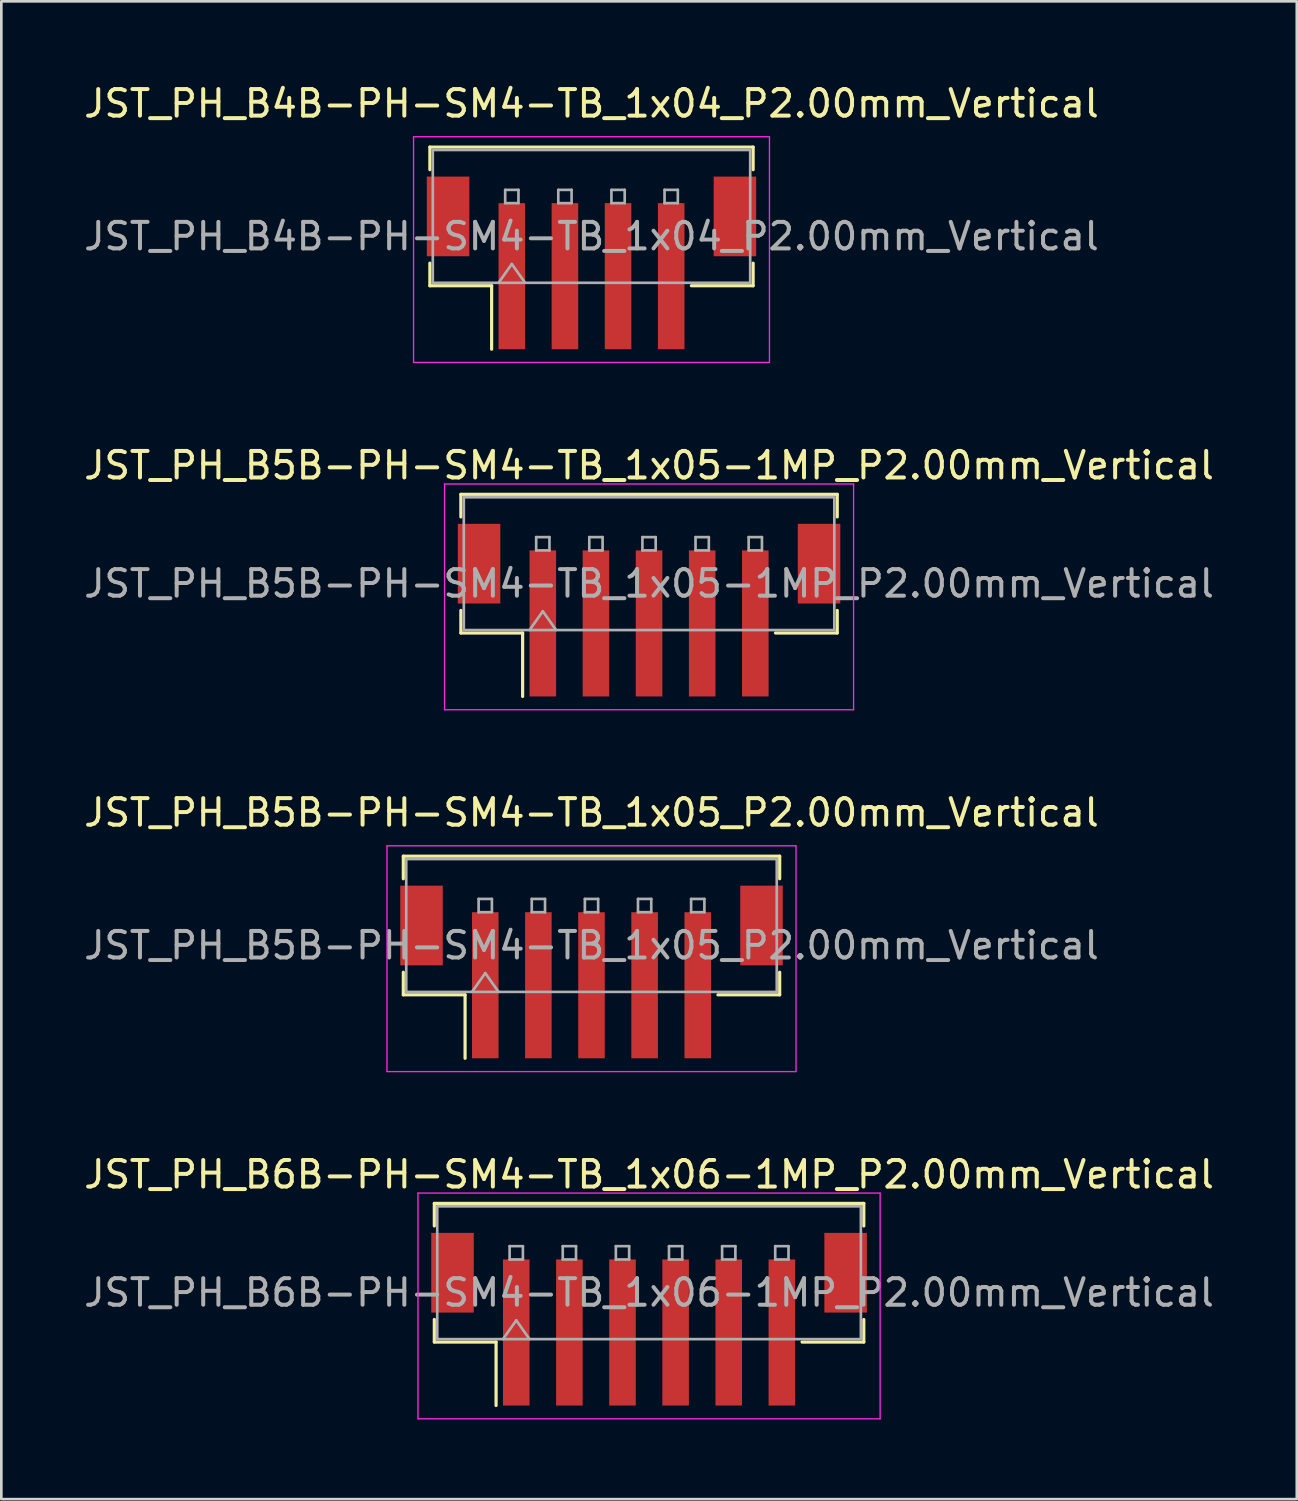
<source format=kicad_pcb>
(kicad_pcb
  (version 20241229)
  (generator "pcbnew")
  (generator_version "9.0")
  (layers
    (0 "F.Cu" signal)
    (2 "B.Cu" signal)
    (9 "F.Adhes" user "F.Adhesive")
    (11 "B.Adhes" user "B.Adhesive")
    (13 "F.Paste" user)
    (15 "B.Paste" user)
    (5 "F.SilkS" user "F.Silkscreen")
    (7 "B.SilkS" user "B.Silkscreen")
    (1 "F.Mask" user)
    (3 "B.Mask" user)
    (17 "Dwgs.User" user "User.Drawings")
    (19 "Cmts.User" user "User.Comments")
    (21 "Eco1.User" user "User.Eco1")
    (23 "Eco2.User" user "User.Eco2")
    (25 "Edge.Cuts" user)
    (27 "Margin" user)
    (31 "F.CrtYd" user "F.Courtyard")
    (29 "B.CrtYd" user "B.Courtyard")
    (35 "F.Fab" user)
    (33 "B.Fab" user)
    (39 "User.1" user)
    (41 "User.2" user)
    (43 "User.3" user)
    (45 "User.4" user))
  (footprint "JST_PH_B4B-PH-SM4-TB_1x04_P2.00mm_Vertical"
    (layer "F.Cu")
    (at 19.22 6.848)
    (property "Reference" "JST_PH_B4B-PH-SM4-TB_1x04_P2.00mm_Vertical" (at 0 -6 0) (layer "F.SilkS") (effects (font (size 1 1) (thickness 0.15))))
    (attr smd)
    (fp_line (start -6.085 -4.36) (end 6.085 -4.36) (stroke (width 0.12) (type solid)) (layer "F.SilkS"))
    (fp_line (start -6.085 -3.51) (end -6.085 -4.36) (stroke (width 0.12) (type solid)) (layer "F.SilkS"))
    (fp_line (start -6.085 0.01) (end -6.085 0.86) (stroke (width 0.12) (type solid)) (layer "F.SilkS"))
    (fp_line (start -6.085 0.86) (end -3.76 0.86) (stroke (width 0.12) (type solid)) (layer "F.SilkS"))
    (fp_line (start -3.76 0.86) (end -3.76 3.25) (stroke (width 0.12) (type solid)) (layer "F.SilkS"))
    (fp_line (start 6.085 -4.36) (end 6.085 -3.51) (stroke (width 0.12) (type solid)) (layer "F.SilkS"))
    (fp_line (start 6.085 0.01) (end 6.085 0.86) (stroke (width 0.12) (type solid)) (layer "F.SilkS"))
    (fp_line (start 6.085 0.86) (end 3.76 0.86) (stroke (width 0.12) (type solid)) (layer "F.SilkS"))
    (fp_line (start -6.7 -4.75) (end -6.7 3.75) (stroke (width 0.05) (type solid)) (layer "F.CrtYd"))
    (fp_line (start -6.7 3.75) (end 6.7 3.75) (stroke (width 0.05) (type solid)) (layer "F.CrtYd"))
    (fp_line (start 6.7 -4.75) (end -6.7 -4.75) (stroke (width 0.05) (type solid)) (layer "F.CrtYd"))
    (fp_line (start 6.7 3.75) (end 6.7 -4.75) (stroke (width 0.05) (type solid)) (layer "F.CrtYd"))
    (fp_line (start -5.975 -4.25) (end 5.975 -4.25) (stroke (width 0.1) (type solid)) (layer "F.Fab"))
    (fp_line (start -5.975 0.75) (end -5.975 -4.25) (stroke (width 0.1) (type solid)) (layer "F.Fab"))
    (fp_line (start -5.975 0.75) (end 5.975 0.75) (stroke (width 0.1) (type solid)) (layer "F.Fab"))
    (fp_line (start -3.5 0.75) (end -3 0.043) (stroke (width 0.1) (type solid)) (layer "F.Fab"))
    (fp_line (start -3.25 -2.75) (end -3.25 -2.25) (stroke (width 0.1) (type solid)) (layer "F.Fab"))
    (fp_line (start -3.25 -2.25) (end -2.75 -2.25) (stroke (width 0.1) (type solid)) (layer "F.Fab"))
    (fp_line (start -3 0.043) (end -2.5 0.75) (stroke (width 0.1) (type solid)) (layer "F.Fab"))
    (fp_line (start -2.75 -2.75) (end -3.25 -2.75) (stroke (width 0.1) (type solid)) (layer "F.Fab"))
    (fp_line (start -2.75 -2.25) (end -2.75 -2.75) (stroke (width 0.1) (type solid)) (layer "F.Fab"))
    (fp_line (start -1.25 -2.75) (end -1.25 -2.25) (stroke (width 0.1) (type solid)) (layer "F.Fab"))
    (fp_line (start -1.25 -2.25) (end -0.75 -2.25) (stroke (width 0.1) (type solid)) (layer "F.Fab"))
    (fp_line (start -0.75 -2.75) (end -1.25 -2.75) (stroke (width 0.1) (type solid)) (layer "F.Fab"))
    (fp_line (start -0.75 -2.25) (end -0.75 -2.75) (stroke (width 0.1) (type solid)) (layer "F.Fab"))
    (fp_line (start 0.75 -2.75) (end 0.75 -2.25) (stroke (width 0.1) (type solid)) (layer "F.Fab"))
    (fp_line (start 0.75 -2.25) (end 1.25 -2.25) (stroke (width 0.1) (type solid)) (layer "F.Fab"))
    (fp_line (start 1.25 -2.75) (end 0.75 -2.75) (stroke (width 0.1) (type solid)) (layer "F.Fab"))
    (fp_line (start 1.25 -2.25) (end 1.25 -2.75) (stroke (width 0.1) (type solid)) (layer "F.Fab"))
    (fp_line (start 2.75 -2.75) (end 2.75 -2.25) (stroke (width 0.1) (type solid)) (layer "F.Fab"))
    (fp_line (start 2.75 -2.25) (end 3.25 -2.25) (stroke (width 0.1) (type solid)) (layer "F.Fab"))
    (fp_line (start 3.25 -2.75) (end 2.75 -2.75) (stroke (width 0.1) (type solid)) (layer "F.Fab"))
    (fp_line (start 3.25 -2.25) (end 3.25 -2.75) (stroke (width 0.1) (type solid)) (layer "F.Fab"))
    (fp_line (start 5.975 0.75) (end 5.975 -4.25) (stroke (width 0.1) (type solid)) (layer "F.Fab"))
    (fp_text user "${REFERENCE}" (at 0 -1 0) (layer "F.Fab") (effects (font (size 1 1) (thickness 0.15))))
    (pad "" smd rect (at -5.4 -1.75) (size 1.6 3) (layers "F.Cu" "F.Mask" "F.Paste"))
    (pad "" smd rect (at 5.4 -1.75) (size 1.6 3) (layers "F.Cu" "F.Mask" "F.Paste"))
    (pad "1" smd rect (at -3 0.5) (size 1 5.5) (layers "F.Cu" "F.Mask" "F.Paste"))
    (pad "2" smd rect (at -1 0.5) (size 1 5.5) (layers "F.Cu" "F.Mask" "F.Paste"))
    (pad "3" smd rect (at 1 0.5) (size 1 5.5) (layers "F.Cu" "F.Mask" "F.Paste"))
    (pad "4" smd rect (at 3 0.5) (size 1 5.5) (layers "F.Cu" "F.Mask" "F.Paste")))
  (footprint "JST_PH_B5B-PH-SM4-TB_1x05_P2.00mm_Vertical"
    (layer "F.Cu")
    (at 19.22 33.545)
    (property "Reference" "JST_PH_B5B-PH-SM4-TB_1x05_P2.00mm_Vertical" (at 0 -6 0) (layer "F.SilkS") (effects (font (size 1 1) (thickness 0.15))))
    (attr smd)
    (fp_line (start -7.085 -4.36) (end 7.085 -4.36) (stroke (width 0.12) (type solid)) (layer "F.SilkS"))
    (fp_line (start -7.085 -3.51) (end -7.085 -4.36) (stroke (width 0.12) (type solid)) (layer "F.SilkS"))
    (fp_line (start -7.085 0.01) (end -7.085 0.86) (stroke (width 0.12) (type solid)) (layer "F.SilkS"))
    (fp_line (start -7.085 0.86) (end -4.76 0.86) (stroke (width 0.12) (type solid)) (layer "F.SilkS"))
    (fp_line (start -4.76 0.86) (end -4.76 3.25) (stroke (width 0.12) (type solid)) (layer "F.SilkS"))
    (fp_line (start 7.085 -4.36) (end 7.085 -3.51) (stroke (width 0.12) (type solid)) (layer "F.SilkS"))
    (fp_line (start 7.085 0.01) (end 7.085 0.86) (stroke (width 0.12) (type solid)) (layer "F.SilkS"))
    (fp_line (start 7.085 0.86) (end 4.76 0.86) (stroke (width 0.12) (type solid)) (layer "F.SilkS"))
    (fp_line (start -7.7 -4.75) (end -7.7 3.75) (stroke (width 0.05) (type solid)) (layer "F.CrtYd"))
    (fp_line (start -7.7 3.75) (end 7.7 3.75) (stroke (width 0.05) (type solid)) (layer "F.CrtYd"))
    (fp_line (start 7.7 -4.75) (end -7.7 -4.75) (stroke (width 0.05) (type solid)) (layer "F.CrtYd"))
    (fp_line (start 7.7 3.75) (end 7.7 -4.75) (stroke (width 0.05) (type solid)) (layer "F.CrtYd"))
    (fp_line (start -6.975 -4.25) (end 6.975 -4.25) (stroke (width 0.1) (type solid)) (layer "F.Fab"))
    (fp_line (start -6.975 0.75) (end -6.975 -4.25) (stroke (width 0.1) (type solid)) (layer "F.Fab"))
    (fp_line (start -6.975 0.75) (end 6.975 0.75) (stroke (width 0.1) (type solid)) (layer "F.Fab"))
    (fp_line (start -4.5 0.75) (end -4 0.043) (stroke (width 0.1) (type solid)) (layer "F.Fab"))
    (fp_line (start -4.25 -2.75) (end -4.25 -2.25) (stroke (width 0.1) (type solid)) (layer "F.Fab"))
    (fp_line (start -4.25 -2.25) (end -3.75 -2.25) (stroke (width 0.1) (type solid)) (layer "F.Fab"))
    (fp_line (start -4 0.043) (end -3.5 0.75) (stroke (width 0.1) (type solid)) (layer "F.Fab"))
    (fp_line (start -3.75 -2.75) (end -4.25 -2.75) (stroke (width 0.1) (type solid)) (layer "F.Fab"))
    (fp_line (start -3.75 -2.25) (end -3.75 -2.75) (stroke (width 0.1) (type solid)) (layer "F.Fab"))
    (fp_line (start -2.25 -2.75) (end -2.25 -2.25) (stroke (width 0.1) (type solid)) (layer "F.Fab"))
    (fp_line (start -2.25 -2.25) (end -1.75 -2.25) (stroke (width 0.1) (type solid)) (layer "F.Fab"))
    (fp_line (start -1.75 -2.75) (end -2.25 -2.75) (stroke (width 0.1) (type solid)) (layer "F.Fab"))
    (fp_line (start -1.75 -2.25) (end -1.75 -2.75) (stroke (width 0.1) (type solid)) (layer "F.Fab"))
    (fp_line (start -0.25 -2.75) (end -0.25 -2.25) (stroke (width 0.1) (type solid)) (layer "F.Fab"))
    (fp_line (start -0.25 -2.25) (end 0.25 -2.25) (stroke (width 0.1) (type solid)) (layer "F.Fab"))
    (fp_line (start 0.25 -2.75) (end -0.25 -2.75) (stroke (width 0.1) (type solid)) (layer "F.Fab"))
    (fp_line (start 0.25 -2.25) (end 0.25 -2.75) (stroke (width 0.1) (type solid)) (layer "F.Fab"))
    (fp_line (start 1.75 -2.75) (end 1.75 -2.25) (stroke (width 0.1) (type solid)) (layer "F.Fab"))
    (fp_line (start 1.75 -2.25) (end 2.25 -2.25) (stroke (width 0.1) (type solid)) (layer "F.Fab"))
    (fp_line (start 2.25 -2.75) (end 1.75 -2.75) (stroke (width 0.1) (type solid)) (layer "F.Fab"))
    (fp_line (start 2.25 -2.25) (end 2.25 -2.75) (stroke (width 0.1) (type solid)) (layer "F.Fab"))
    (fp_line (start 3.75 -2.75) (end 3.75 -2.25) (stroke (width 0.1) (type solid)) (layer "F.Fab"))
    (fp_line (start 3.75 -2.25) (end 4.25 -2.25) (stroke (width 0.1) (type solid)) (layer "F.Fab"))
    (fp_line (start 4.25 -2.75) (end 3.75 -2.75) (stroke (width 0.1) (type solid)) (layer "F.Fab"))
    (fp_line (start 4.25 -2.25) (end 4.25 -2.75) (stroke (width 0.1) (type solid)) (layer "F.Fab"))
    (fp_line (start 6.975 0.75) (end 6.975 -4.25) (stroke (width 0.1) (type solid)) (layer "F.Fab"))
    (fp_text user "${REFERENCE}" (at 0 -1 0) (layer "F.Fab") (effects (font (size 1 1) (thickness 0.15))))
    (pad "" smd rect (at -6.4 -1.75) (size 1.6 3) (layers "F.Cu" "F.Mask" "F.Paste"))
    (pad "" smd rect (at 6.4 -1.75) (size 1.6 3) (layers "F.Cu" "F.Mask" "F.Paste"))
    (pad "1" smd rect (at -4 0.5) (size 1 5.5) (layers "F.Cu" "F.Mask" "F.Paste"))
    (pad "2" smd rect (at -2 0.5) (size 1 5.5) (layers "F.Cu" "F.Mask" "F.Paste"))
    (pad "3" smd rect (at 0 0.5) (size 1 5.5) (layers "F.Cu" "F.Mask" "F.Paste"))
    (pad "4" smd rect (at 2 0.5) (size 1 5.5) (layers "F.Cu" "F.Mask" "F.Paste"))
    (pad "5" smd rect (at 4 0.5) (size 1 5.5) (layers "F.Cu" "F.Mask" "F.Paste")))
  (footprint "JST_PH_B6B-PH-SM4-TB_1x06-1MP_P2.00mm_Vertical"
    (layer "F.Cu")
    (at 21.387 46.618)
    (property "Reference" "JST_PH_B6B-PH-SM4-TB_1x06-1MP_P2.00mm_Vertical" (at 0 -5.45 0) (layer "F.SilkS") (effects (font (size 1 1) (thickness 0.15))))
    (attr smd)
    (fp_line (start -8.085 -4.36) (end 8.085 -4.36) (stroke (width 0.12) (type solid)) (layer "F.SilkS"))
    (fp_line (start -8.085 -3.51) (end -8.085 -4.36) (stroke (width 0.12) (type solid)) (layer "F.SilkS"))
    (fp_line (start -8.085 0.01) (end -8.085 0.86) (stroke (width 0.12) (type solid)) (layer "F.SilkS"))
    (fp_line (start -8.085 0.86) (end -5.76 0.86) (stroke (width 0.12) (type solid)) (layer "F.SilkS"))
    (fp_line (start -5.76 0.86) (end -5.76 3.25) (stroke (width 0.12) (type solid)) (layer "F.SilkS"))
    (fp_line (start 8.085 -4.36) (end 8.085 -3.51) (stroke (width 0.12) (type solid)) (layer "F.SilkS"))
    (fp_line (start 8.085 0.01) (end 8.085 0.86) (stroke (width 0.12) (type solid)) (layer "F.SilkS"))
    (fp_line (start 8.085 0.86) (end 5.76 0.86) (stroke (width 0.12) (type solid)) (layer "F.SilkS"))
    (fp_line (start -8.7 -4.75) (end -8.7 3.75) (stroke (width 0.05) (type solid)) (layer "F.CrtYd"))
    (fp_line (start -8.7 3.75) (end 8.7 3.75) (stroke (width 0.05) (type solid)) (layer "F.CrtYd"))
    (fp_line (start 8.7 -4.75) (end -8.7 -4.75) (stroke (width 0.05) (type solid)) (layer "F.CrtYd"))
    (fp_line (start 8.7 3.75) (end 8.7 -4.75) (stroke (width 0.05) (type solid)) (layer "F.CrtYd"))
    (fp_line (start -7.975 -4.25) (end 7.975 -4.25) (stroke (width 0.1) (type solid)) (layer "F.Fab"))
    (fp_line (start -7.975 0.75) (end -7.975 -4.25) (stroke (width 0.1) (type solid)) (layer "F.Fab"))
    (fp_line (start -7.975 0.75) (end 7.975 0.75) (stroke (width 0.1) (type solid)) (layer "F.Fab"))
    (fp_line (start -5.5 0.75) (end -5 0.043) (stroke (width 0.1) (type solid)) (layer "F.Fab"))
    (fp_line (start -5.25 -2.75) (end -5.25 -2.25) (stroke (width 0.1) (type solid)) (layer "F.Fab"))
    (fp_line (start -5.25 -2.25) (end -4.75 -2.25) (stroke (width 0.1) (type solid)) (layer "F.Fab"))
    (fp_line (start -5 0.043) (end -4.5 0.75) (stroke (width 0.1) (type solid)) (layer "F.Fab"))
    (fp_line (start -4.75 -2.75) (end -5.25 -2.75) (stroke (width 0.1) (type solid)) (layer "F.Fab"))
    (fp_line (start -4.75 -2.25) (end -4.75 -2.75) (stroke (width 0.1) (type solid)) (layer "F.Fab"))
    (fp_line (start -3.25 -2.75) (end -3.25 -2.25) (stroke (width 0.1) (type solid)) (layer "F.Fab"))
    (fp_line (start -3.25 -2.25) (end -2.75 -2.25) (stroke (width 0.1) (type solid)) (layer "F.Fab"))
    (fp_line (start -2.75 -2.75) (end -3.25 -2.75) (stroke (width 0.1) (type solid)) (layer "F.Fab"))
    (fp_line (start -2.75 -2.25) (end -2.75 -2.75) (stroke (width 0.1) (type solid)) (layer "F.Fab"))
    (fp_line (start -1.25 -2.75) (end -1.25 -2.25) (stroke (width 0.1) (type solid)) (layer "F.Fab"))
    (fp_line (start -1.25 -2.25) (end -0.75 -2.25) (stroke (width 0.1) (type solid)) (layer "F.Fab"))
    (fp_line (start -0.75 -2.75) (end -1.25 -2.75) (stroke (width 0.1) (type solid)) (layer "F.Fab"))
    (fp_line (start -0.75 -2.25) (end -0.75 -2.75) (stroke (width 0.1) (type solid)) (layer "F.Fab"))
    (fp_line (start 0.75 -2.75) (end 0.75 -2.25) (stroke (width 0.1) (type solid)) (layer "F.Fab"))
    (fp_line (start 0.75 -2.25) (end 1.25 -2.25) (stroke (width 0.1) (type solid)) (layer "F.Fab"))
    (fp_line (start 1.25 -2.75) (end 0.75 -2.75) (stroke (width 0.1) (type solid)) (layer "F.Fab"))
    (fp_line (start 1.25 -2.25) (end 1.25 -2.75) (stroke (width 0.1) (type solid)) (layer "F.Fab"))
    (fp_line (start 2.75 -2.75) (end 2.75 -2.25) (stroke (width 0.1) (type solid)) (layer "F.Fab"))
    (fp_line (start 2.75 -2.25) (end 3.25 -2.25) (stroke (width 0.1) (type solid)) (layer "F.Fab"))
    (fp_line (start 3.25 -2.75) (end 2.75 -2.75) (stroke (width 0.1) (type solid)) (layer "F.Fab"))
    (fp_line (start 3.25 -2.25) (end 3.25 -2.75) (stroke (width 0.1) (type solid)) (layer "F.Fab"))
    (fp_line (start 4.75 -2.75) (end 4.75 -2.25) (stroke (width 0.1) (type solid)) (layer "F.Fab"))
    (fp_line (start 4.75 -2.25) (end 5.25 -2.25) (stroke (width 0.1) (type solid)) (layer "F.Fab"))
    (fp_line (start 5.25 -2.75) (end 4.75 -2.75) (stroke (width 0.1) (type solid)) (layer "F.Fab"))
    (fp_line (start 5.25 -2.25) (end 5.25 -2.75) (stroke (width 0.1) (type solid)) (layer "F.Fab"))
    (fp_line (start 7.975 0.75) (end 7.975 -4.25) (stroke (width 0.1) (type solid)) (layer "F.Fab"))
    (fp_text user "${REFERENCE}" (at 0 -1 0) (layer "F.Fab") (effects (font (size 1 1) (thickness 0.15))))
    (pad "1" smd rect (at -5 0.5) (size 1 5.5) (layers "F.Cu" "F.Mask" "F.Paste"))
    (pad "2" smd rect (at -3 0.5) (size 1 5.5) (layers "F.Cu" "F.Mask" "F.Paste"))
    (pad "3" smd rect (at -1 0.5) (size 1 5.5) (layers "F.Cu" "F.Mask" "F.Paste"))
    (pad "4" smd rect (at 1 0.5) (size 1 5.5) (layers "F.Cu" "F.Mask" "F.Paste"))
    (pad "5" smd rect (at 3 0.5) (size 1 5.5) (layers "F.Cu" "F.Mask" "F.Paste"))
    (pad "6" smd rect (at 5 0.5) (size 1 5.5) (layers "F.Cu" "F.Mask" "F.Paste"))
    (pad "MP" smd rect (at -7.4 -1.75) (size 1.6 3) (layers "F.Cu" "F.Mask" "F.Paste"))
    (pad "MP" smd rect (at 7.4 -1.75) (size 1.6 3) (layers "F.Cu" "F.Mask" "F.Paste")))
  (footprint "JST_PH_B5B-PH-SM4-TB_1x05-1MP_P2.00mm_Vertical"
    (layer "F.Cu")
    (at 21.387 19.922)
    (property "Reference" "JST_PH_B5B-PH-SM4-TB_1x05-1MP_P2.00mm_Vertical" (at 0 -5.45 0) (layer "F.SilkS") (effects (font (size 1 1) (thickness 0.15))))
    (attr smd)
    (fp_line (start -7.085 -4.36) (end 7.085 -4.36) (stroke (width 0.12) (type solid)) (layer "F.SilkS"))
    (fp_line (start -7.085 -3.51) (end -7.085 -4.36) (stroke (width 0.12) (type solid)) (layer "F.SilkS"))
    (fp_line (start -7.085 0.01) (end -7.085 0.86) (stroke (width 0.12) (type solid)) (layer "F.SilkS"))
    (fp_line (start -7.085 0.86) (end -4.76 0.86) (stroke (width 0.12) (type solid)) (layer "F.SilkS"))
    (fp_line (start -4.76 0.86) (end -4.76 3.25) (stroke (width 0.12) (type solid)) (layer "F.SilkS"))
    (fp_line (start 7.085 -4.36) (end 7.085 -3.51) (stroke (width 0.12) (type solid)) (layer "F.SilkS"))
    (fp_line (start 7.085 0.01) (end 7.085 0.86) (stroke (width 0.12) (type solid)) (layer "F.SilkS"))
    (fp_line (start 7.085 0.86) (end 4.76 0.86) (stroke (width 0.12) (type solid)) (layer "F.SilkS"))
    (fp_line (start -7.7 -4.75) (end -7.7 3.75) (stroke (width 0.05) (type solid)) (layer "F.CrtYd"))
    (fp_line (start -7.7 3.75) (end 7.7 3.75) (stroke (width 0.05) (type solid)) (layer "F.CrtYd"))
    (fp_line (start 7.7 -4.75) (end -7.7 -4.75) (stroke (width 0.05) (type solid)) (layer "F.CrtYd"))
    (fp_line (start 7.7 3.75) (end 7.7 -4.75) (stroke (width 0.05) (type solid)) (layer "F.CrtYd"))
    (fp_line (start -6.975 -4.25) (end 6.975 -4.25) (stroke (width 0.1) (type solid)) (layer "F.Fab"))
    (fp_line (start -6.975 0.75) (end -6.975 -4.25) (stroke (width 0.1) (type solid)) (layer "F.Fab"))
    (fp_line (start -6.975 0.75) (end 6.975 0.75) (stroke (width 0.1) (type solid)) (layer "F.Fab"))
    (fp_line (start -4.5 0.75) (end -4 0.043) (stroke (width 0.1) (type solid)) (layer "F.Fab"))
    (fp_line (start -4.25 -2.75) (end -4.25 -2.25) (stroke (width 0.1) (type solid)) (layer "F.Fab"))
    (fp_line (start -4.25 -2.25) (end -3.75 -2.25) (stroke (width 0.1) (type solid)) (layer "F.Fab"))
    (fp_line (start -4 0.043) (end -3.5 0.75) (stroke (width 0.1) (type solid)) (layer "F.Fab"))
    (fp_line (start -3.75 -2.75) (end -4.25 -2.75) (stroke (width 0.1) (type solid)) (layer "F.Fab"))
    (fp_line (start -3.75 -2.25) (end -3.75 -2.75) (stroke (width 0.1) (type solid)) (layer "F.Fab"))
    (fp_line (start -2.25 -2.75) (end -2.25 -2.25) (stroke (width 0.1) (type solid)) (layer "F.Fab"))
    (fp_line (start -2.25 -2.25) (end -1.75 -2.25) (stroke (width 0.1) (type solid)) (layer "F.Fab"))
    (fp_line (start -1.75 -2.75) (end -2.25 -2.75) (stroke (width 0.1) (type solid)) (layer "F.Fab"))
    (fp_line (start -1.75 -2.25) (end -1.75 -2.75) (stroke (width 0.1) (type solid)) (layer "F.Fab"))
    (fp_line (start -0.25 -2.75) (end -0.25 -2.25) (stroke (width 0.1) (type solid)) (layer "F.Fab"))
    (fp_line (start -0.25 -2.25) (end 0.25 -2.25) (stroke (width 0.1) (type solid)) (layer "F.Fab"))
    (fp_line (start 0.25 -2.75) (end -0.25 -2.75) (stroke (width 0.1) (type solid)) (layer "F.Fab"))
    (fp_line (start 0.25 -2.25) (end 0.25 -2.75) (stroke (width 0.1) (type solid)) (layer "F.Fab"))
    (fp_line (start 1.75 -2.75) (end 1.75 -2.25) (stroke (width 0.1) (type solid)) (layer "F.Fab"))
    (fp_line (start 1.75 -2.25) (end 2.25 -2.25) (stroke (width 0.1) (type solid)) (layer "F.Fab"))
    (fp_line (start 2.25 -2.75) (end 1.75 -2.75) (stroke (width 0.1) (type solid)) (layer "F.Fab"))
    (fp_line (start 2.25 -2.25) (end 2.25 -2.75) (stroke (width 0.1) (type solid)) (layer "F.Fab"))
    (fp_line (start 3.75 -2.75) (end 3.75 -2.25) (stroke (width 0.1) (type solid)) (layer "F.Fab"))
    (fp_line (start 3.75 -2.25) (end 4.25 -2.25) (stroke (width 0.1) (type solid)) (layer "F.Fab"))
    (fp_line (start 4.25 -2.75) (end 3.75 -2.75) (stroke (width 0.1) (type solid)) (layer "F.Fab"))
    (fp_line (start 4.25 -2.25) (end 4.25 -2.75) (stroke (width 0.1) (type solid)) (layer "F.Fab"))
    (fp_line (start 6.975 0.75) (end 6.975 -4.25) (stroke (width 0.1) (type solid)) (layer "F.Fab"))
    (fp_text user "${REFERENCE}" (at 0 -1 0) (layer "F.Fab") (effects (font (size 1 1) (thickness 0.15))))
    (pad "1" smd rect (at -4 0.5) (size 1 5.5) (layers "F.Cu" "F.Mask" "F.Paste"))
    (pad "2" smd rect (at -2 0.5) (size 1 5.5) (layers "F.Cu" "F.Mask" "F.Paste"))
    (pad "3" smd rect (at 0 0.5) (size 1 5.5) (layers "F.Cu" "F.Mask" "F.Paste"))
    (pad "4" smd rect (at 2 0.5) (size 1 5.5) (layers "F.Cu" "F.Mask" "F.Paste"))
    (pad "5" smd rect (at 4 0.5) (size 1 5.5) (layers "F.Cu" "F.Mask" "F.Paste"))
    (pad "MP" smd rect (at -6.4 -1.75) (size 1.6 3) (layers "F.Cu" "F.Mask" "F.Paste"))
    (pad "MP" smd rect (at 6.4 -1.75) (size 1.6 3) (layers "F.Cu" "F.Mask" "F.Paste")))
  (gr_rect
    (start -3 -3)
    (end 45.774 53.393)
    (stroke (width 0.1) (type default))
    (fill no)
    (layer "Edge.Cuts")))
</source>
